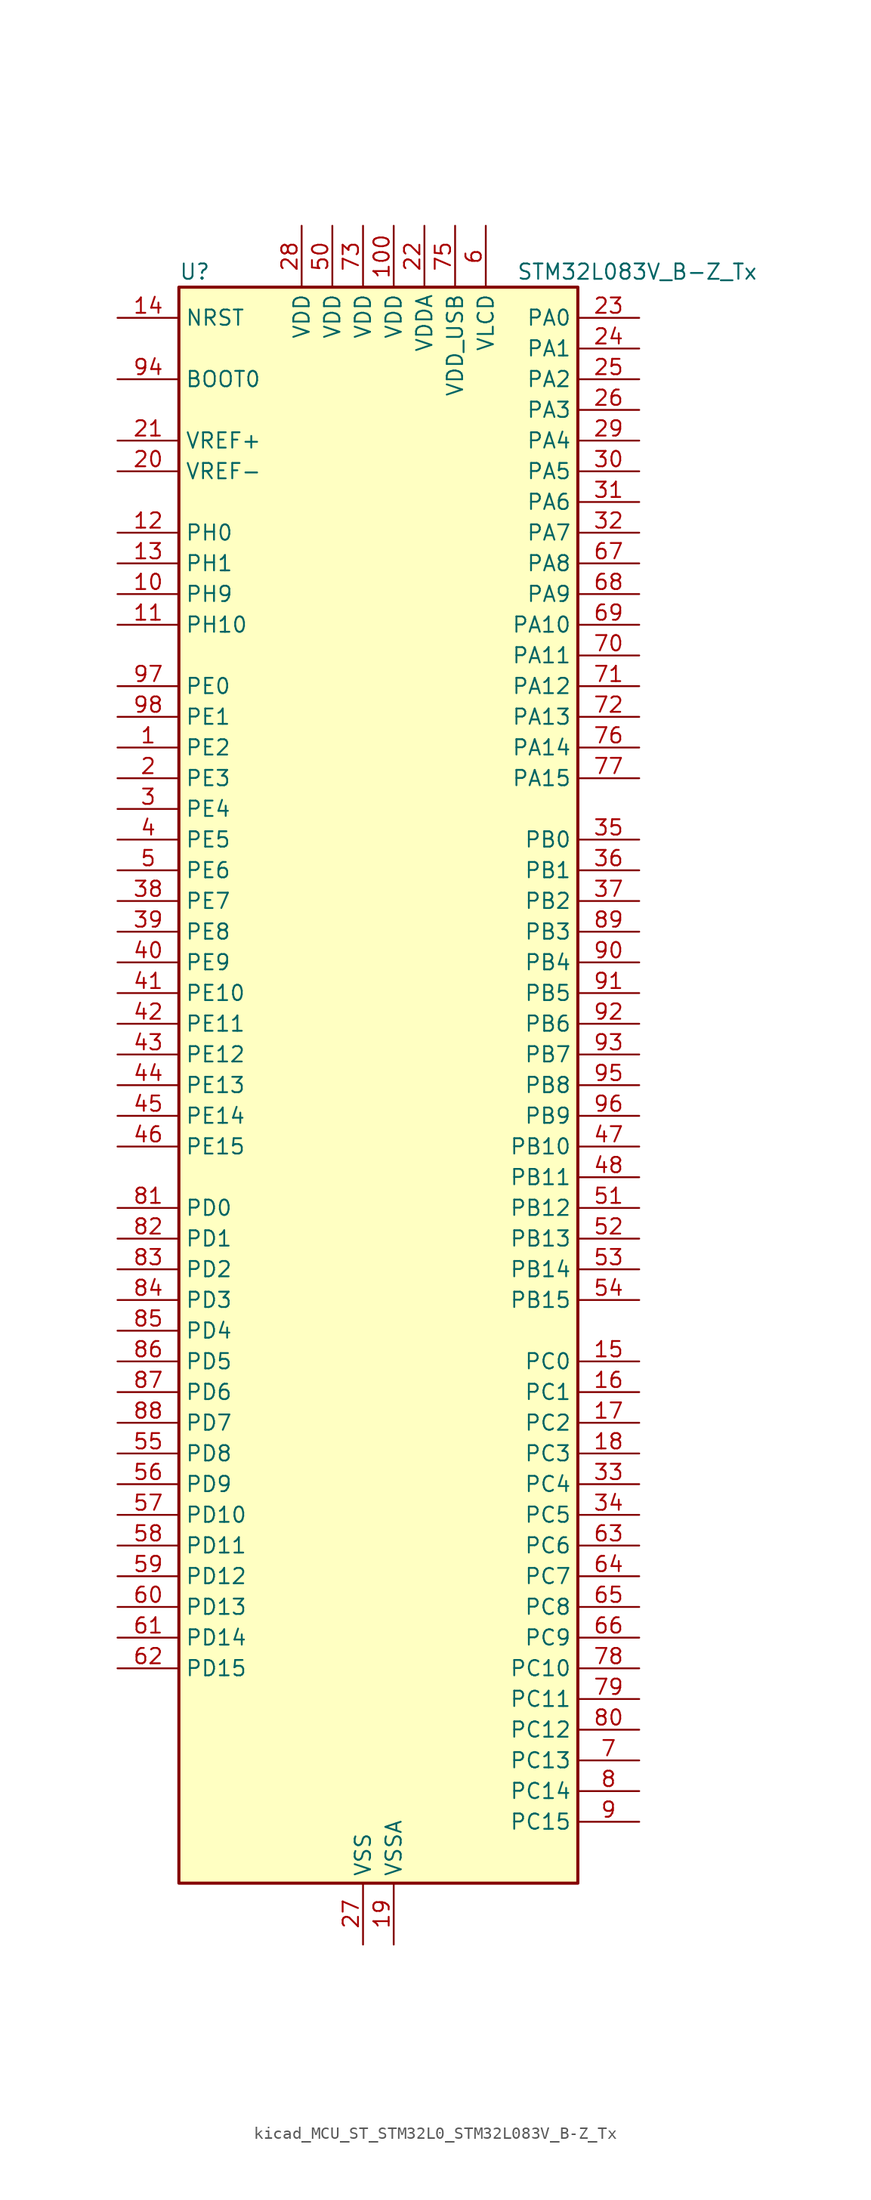
<source format=kicad_sym>
(kicad_symbol_lib
  (version 20220914)
  (generator kicad_symbol_editor)
  (symbol "kicad_MCU_ST_STM32L0_STM32L083V_B-Z_Tx"
    (property "Reference" "U"
      (at -15.24 67.31 0)
      (effects (font (size 1.27 1.27)) (justify left)))
    (property "Value" "STM32L083V_B-Z_Tx"
      (at 12.7 67.31 0)
      (effects (font (size 1.27 1.27)) (justify left)))
    (property "ki_locked" ""
      (at 0 0 0)
      (effects (font (size 1.27 1.27))))
    (symbol "kicad_MCU_ST_STM32L0_STM32L083V_B-Z_Tx_0_1"
      (rectangle (start -15.24 -66.04) (end 17.78 66.04) (stroke (width 0.254) (type default)) (fill (type background))))
    (symbol "kicad_MCU_ST_STM32L0_STM32L083V_B-Z_Tx_1_1"
      (pin bidirectional line (at -20.32 27.94 0) (length 5.08) (name "PE2" (effects (font (size 1.27 1.27)))) (number "1" (effects (font (size 1.27 1.27)))) (alternate "LCD_SEG38" bidirectional line) (alternate "TIM3_ETR" bidirectional line))
      (pin bidirectional line (at -20.32 40.64 0) (length 5.08) (name "PH9" (effects (font (size 1.27 1.27)))) (number "10" (effects (font (size 1.27 1.27)))) (alternate "DAC_EXTI9" bidirectional line))
      (pin power_in line (at 2.54 71.12 270) (length 5.08) (name "VDD" (effects (font (size 1.27 1.27)))) (number "100" (effects (font (size 1.27 1.27)))))
      (pin bidirectional line (at -20.32 38.1 0) (length 5.08) (name "PH10" (effects (font (size 1.27 1.27)))) (number "11" (effects (font (size 1.27 1.27)))))
      (pin bidirectional line (at -20.32 45.72 0) (length 5.08) (name "PH0" (effects (font (size 1.27 1.27)))) (number "12" (effects (font (size 1.27 1.27)))) (alternate "CRS_SYNC" bidirectional line) (alternate "RCC_OSC_IN" bidirectional line))
      (pin bidirectional line (at -20.32 43.18 0) (length 5.08) (name "PH1" (effects (font (size 1.27 1.27)))) (number "13" (effects (font (size 1.27 1.27)))) (alternate "RCC_OSC_OUT" bidirectional line))
      (pin input line (at -20.32 63.5 0) (length 5.08) (name "NRST" (effects (font (size 1.27 1.27)))) (number "14" (effects (font (size 1.27 1.27)))))
      (pin bidirectional line (at 22.86 -22.86 180) (length 5.08) (name "PC0" (effects (font (size 1.27 1.27)))) (number "15" (effects (font (size 1.27 1.27)))) (alternate "ADC_IN10" bidirectional line) (alternate "I2C3_SCL" bidirectional line) (alternate "LCD_SEG18" bidirectional line) (alternate "LPTIM1_IN1" bidirectional line) (alternate "LPUART1_RX" bidirectional line) (alternate "TSC_G7_IO1" bidirectional line))
      (pin bidirectional line (at 22.86 -25.4 180) (length 5.08) (name "PC1" (effects (font (size 1.27 1.27)))) (number "16" (effects (font (size 1.27 1.27)))) (alternate "ADC_IN11" bidirectional line) (alternate "I2C3_SDA" bidirectional line) (alternate "LCD_SEG19" bidirectional line) (alternate "LPTIM1_OUT" bidirectional line) (alternate "LPUART1_TX" bidirectional line) (alternate "TSC_G7_IO2" bidirectional line))
      (pin bidirectional line (at 22.86 -27.94 180) (length 5.08) (name "PC2" (effects (font (size 1.27 1.27)))) (number "17" (effects (font (size 1.27 1.27)))) (alternate "ADC_IN12" bidirectional line) (alternate "I2S2_MCK" bidirectional line) (alternate "LCD_SEG20" bidirectional line) (alternate "LPTIM1_IN2" bidirectional line) (alternate "SPI2_MISO" bidirectional line) (alternate "TSC_G7_IO3" bidirectional line))
      (pin bidirectional line (at 22.86 -30.48 180) (length 5.08) (name "PC3" (effects (font (size 1.27 1.27)))) (number "18" (effects (font (size 1.27 1.27)))) (alternate "ADC_IN13" bidirectional line) (alternate "I2S2_SD" bidirectional line) (alternate "LCD_SEG21" bidirectional line) (alternate "LPTIM1_ETR" bidirectional line) (alternate "SPI2_MOSI" bidirectional line) (alternate "TSC_G7_IO4" bidirectional line))
      (pin power_in line (at 2.54 -71.12 90) (length 5.08) (name "VSSA" (effects (font (size 1.27 1.27)))) (number "19" (effects (font (size 1.27 1.27)))))
      (pin bidirectional line (at -20.32 25.4 0) (length 5.08) (name "PE3" (effects (font (size 1.27 1.27)))) (number "2" (effects (font (size 1.27 1.27)))) (alternate "LCD_SEG39" bidirectional line) (alternate "TIM22_CH1" bidirectional line) (alternate "TIM3_CH1" bidirectional line))
      (pin input line (at -20.32 50.8 0) (length 5.08) (name "VREF-" (effects (font (size 1.27 1.27)))) (number "20" (effects (font (size 1.27 1.27)))))
      (pin input line (at -20.32 53.34 0) (length 5.08) (name "VREF+" (effects (font (size 1.27 1.27)))) (number "21" (effects (font (size 1.27 1.27)))))
      (pin power_in line (at 5.08 71.12 270) (length 5.08) (name "VDDA" (effects (font (size 1.27 1.27)))) (number "22" (effects (font (size 1.27 1.27)))))
      (pin bidirectional line (at 22.86 63.5 180) (length 5.08) (name "PA0" (effects (font (size 1.27 1.27)))) (number "23" (effects (font (size 1.27 1.27)))) (alternate "ADC_IN0" bidirectional line) (alternate "COMP1_INM" bidirectional line) (alternate "COMP1_OUT" bidirectional line) (alternate "RTC_TAMP2" bidirectional line) (alternate "SYS_WKUP1" bidirectional line) (alternate "TIM2_CH1" bidirectional line) (alternate "TIM2_ETR" bidirectional line) (alternate "TSC_G1_IO1" bidirectional line) (alternate "USART2_CTS" bidirectional line) (alternate "USART4_TX" bidirectional line))
      (pin bidirectional line (at 22.86 60.96 180) (length 5.08) (name "PA1" (effects (font (size 1.27 1.27)))) (number "24" (effects (font (size 1.27 1.27)))) (alternate "ADC_IN1" bidirectional line) (alternate "COMP1_INP" bidirectional line) (alternate "LCD_SEG0" bidirectional line) (alternate "TIM21_ETR" bidirectional line) (alternate "TIM2_CH2" bidirectional line) (alternate "TSC_G1_IO2" bidirectional line) (alternate "USART2_DE" bidirectional line) (alternate "USART2_RTS" bidirectional line) (alternate "USART4_RX" bidirectional line))
      (pin bidirectional line (at 22.86 58.42 180) (length 5.08) (name "PA2" (effects (font (size 1.27 1.27)))) (number "25" (effects (font (size 1.27 1.27)))) (alternate "ADC_IN2" bidirectional line) (alternate "COMP2_INM" bidirectional line) (alternate "COMP2_OUT" bidirectional line) (alternate "LCD_SEG1" bidirectional line) (alternate "LPUART1_TX" bidirectional line) (alternate "TIM21_CH1" bidirectional line) (alternate "TIM2_CH3" bidirectional line) (alternate "TSC_G1_IO3" bidirectional line) (alternate "USART2_TX" bidirectional line))
      (pin bidirectional line (at 22.86 55.88 180) (length 5.08) (name "PA3" (effects (font (size 1.27 1.27)))) (number "26" (effects (font (size 1.27 1.27)))) (alternate "ADC_IN3" bidirectional line) (alternate "COMP2_INP" bidirectional line) (alternate "LCD_SEG2" bidirectional line) (alternate "LPUART1_RX" bidirectional line) (alternate "TIM21_CH2" bidirectional line) (alternate "TIM2_CH4" bidirectional line) (alternate "TSC_G1_IO4" bidirectional line) (alternate "USART2_RX" bidirectional line))
      (pin power_in line (at 0 -71.12 90) (length 5.08) (name "VSS" (effects (font (size 1.27 1.27)))) (number "27" (effects (font (size 1.27 1.27)))))
      (pin power_in line (at -5.08 71.12 270) (length 5.08) (name "VDD" (effects (font (size 1.27 1.27)))) (number "28" (effects (font (size 1.27 1.27)))))
      (pin bidirectional line (at 22.86 53.34 180) (length 5.08) (name "PA4" (effects (font (size 1.27 1.27)))) (number "29" (effects (font (size 1.27 1.27)))) (alternate "ADC_IN4" bidirectional line) (alternate "COMP1_INM" bidirectional line) (alternate "COMP2_INM" bidirectional line) (alternate "DAC_OUT1" bidirectional line) (alternate "SPI1_NSS" bidirectional line) (alternate "TIM22_ETR" bidirectional line) (alternate "TSC_G2_IO1" bidirectional line) (alternate "USART2_CK" bidirectional line))
      (pin bidirectional line (at -20.32 22.86 0) (length 5.08) (name "PE4" (effects (font (size 1.27 1.27)))) (number "3" (effects (font (size 1.27 1.27)))) (alternate "TIM22_CH2" bidirectional line) (alternate "TIM3_CH2" bidirectional line))
      (pin bidirectional line (at 22.86 50.8 180) (length 5.08) (name "PA5" (effects (font (size 1.27 1.27)))) (number "30" (effects (font (size 1.27 1.27)))) (alternate "ADC_IN5" bidirectional line) (alternate "COMP1_INM" bidirectional line) (alternate "COMP2_INM" bidirectional line) (alternate "DAC_OUT2" bidirectional line) (alternate "SPI1_SCK" bidirectional line) (alternate "TIM2_CH1" bidirectional line) (alternate "TIM2_ETR" bidirectional line) (alternate "TSC_G2_IO2" bidirectional line))
      (pin bidirectional line (at 22.86 48.26 180) (length 5.08) (name "PA6" (effects (font (size 1.27 1.27)))) (number "31" (effects (font (size 1.27 1.27)))) (alternate "ADC_IN6" bidirectional line) (alternate "COMP1_OUT" bidirectional line) (alternate "LCD_SEG3" bidirectional line) (alternate "LPUART1_CTS" bidirectional line) (alternate "SPI1_MISO" bidirectional line) (alternate "TIM22_CH1" bidirectional line) (alternate "TIM3_CH1" bidirectional line) (alternate "TSC_G2_IO3" bidirectional line))
      (pin bidirectional line (at 22.86 45.72 180) (length 5.08) (name "PA7" (effects (font (size 1.27 1.27)))) (number "32" (effects (font (size 1.27 1.27)))) (alternate "ADC_IN7" bidirectional line) (alternate "COMP2_OUT" bidirectional line) (alternate "LCD_SEG4" bidirectional line) (alternate "SPI1_MOSI" bidirectional line) (alternate "TIM22_CH2" bidirectional line) (alternate "TIM3_CH2" bidirectional line) (alternate "TSC_G2_IO4" bidirectional line))
      (pin bidirectional line (at 22.86 -33.02 180) (length 5.08) (name "PC4" (effects (font (size 1.27 1.27)))) (number "33" (effects (font (size 1.27 1.27)))) (alternate "ADC_IN14" bidirectional line) (alternate "LCD_SEG22" bidirectional line) (alternate "LPUART1_TX" bidirectional line))
      (pin bidirectional line (at 22.86 -35.56 180) (length 5.08) (name "PC5" (effects (font (size 1.27 1.27)))) (number "34" (effects (font (size 1.27 1.27)))) (alternate "ADC_IN15" bidirectional line) (alternate "LCD_SEG23" bidirectional line) (alternate "LPUART1_RX" bidirectional line) (alternate "TSC_G3_IO1" bidirectional line))
      (pin bidirectional line (at 22.86 20.32 180) (length 5.08) (name "PB0" (effects (font (size 1.27 1.27)))) (number "35" (effects (font (size 1.27 1.27)))) (alternate "ADC_IN8" bidirectional line) (alternate "LCD_SEG5" bidirectional line) (alternate "LCD_VLCD3" bidirectional line) (alternate "SYS_VREF_OUT_PB0" bidirectional line) (alternate "TIM3_CH3" bidirectional line) (alternate "TSC_G3_IO2" bidirectional line))
      (pin bidirectional line (at 22.86 17.78 180) (length 5.08) (name "PB1" (effects (font (size 1.27 1.27)))) (number "36" (effects (font (size 1.27 1.27)))) (alternate "ADC_IN9" bidirectional line) (alternate "LCD_SEG6" bidirectional line) (alternate "LPUART1_DE" bidirectional line) (alternate "LPUART1_RTS" bidirectional line) (alternate "SYS_VREF_OUT_PB1" bidirectional line) (alternate "TIM3_CH4" bidirectional line) (alternate "TSC_G3_IO3" bidirectional line))
      (pin bidirectional line (at 22.86 15.24 180) (length 5.08) (name "PB2" (effects (font (size 1.27 1.27)))) (number "37" (effects (font (size 1.27 1.27)))) (alternate "I2C3_SMBA" bidirectional line) (alternate "LCD_VLCD2" bidirectional line) (alternate "LPTIM1_OUT" bidirectional line) (alternate "TSC_G3_IO4" bidirectional line))
      (pin bidirectional line (at -20.32 15.24 0) (length 5.08) (name "PE7" (effects (font (size 1.27 1.27)))) (number "38" (effects (font (size 1.27 1.27)))) (alternate "LCD_SEG45" bidirectional line) (alternate "USART5_CK" bidirectional line) (alternate "USART5_DE" bidirectional line) (alternate "USART5_RTS" bidirectional line))
      (pin bidirectional line (at -20.32 12.7 0) (length 5.08) (name "PE8" (effects (font (size 1.27 1.27)))) (number "39" (effects (font (size 1.27 1.27)))) (alternate "LCD_SEG46" bidirectional line) (alternate "USART4_TX" bidirectional line))
      (pin bidirectional line (at -20.32 20.32 0) (length 5.08) (name "PE5" (effects (font (size 1.27 1.27)))) (number "4" (effects (font (size 1.27 1.27)))) (alternate "TIM21_CH1" bidirectional line) (alternate "TIM3_CH3" bidirectional line))
      (pin bidirectional line (at -20.32 10.16 0) (length 5.08) (name "PE9" (effects (font (size 1.27 1.27)))) (number "40" (effects (font (size 1.27 1.27)))) (alternate "DAC_EXTI9" bidirectional line) (alternate "LCD_SEG47" bidirectional line) (alternate "TIM2_CH1" bidirectional line) (alternate "TIM2_ETR" bidirectional line) (alternate "USART4_RX" bidirectional line))
      (pin bidirectional line (at -20.32 7.62 0) (length 5.08) (name "PE10" (effects (font (size 1.27 1.27)))) (number "41" (effects (font (size 1.27 1.27)))) (alternate "LCD_SEG40" bidirectional line) (alternate "TIM2_CH2" bidirectional line) (alternate "USART5_TX" bidirectional line))
      (pin bidirectional line (at -20.32 5.08 0) (length 5.08) (name "PE11" (effects (font (size 1.27 1.27)))) (number "42" (effects (font (size 1.27 1.27)))) (alternate "ADC_EXTI11" bidirectional line) (alternate "LCD_VLCD1" bidirectional line) (alternate "TIM2_CH3" bidirectional line) (alternate "USART5_RX" bidirectional line))
      (pin bidirectional line (at -20.32 2.54 0) (length 5.08) (name "PE12" (effects (font (size 1.27 1.27)))) (number "43" (effects (font (size 1.27 1.27)))) (alternate "LCD_VLCD3" bidirectional line) (alternate "SPI1_NSS" bidirectional line) (alternate "TIM2_CH4" bidirectional line))
      (pin bidirectional line (at -20.32 0 0) (length 5.08) (name "PE13" (effects (font (size 1.27 1.27)))) (number "44" (effects (font (size 1.27 1.27)))) (alternate "LCD_SEG41" bidirectional line) (alternate "SPI1_SCK" bidirectional line))
      (pin bidirectional line (at -20.32 -2.54 0) (length 5.08) (name "PE14" (effects (font (size 1.27 1.27)))) (number "45" (effects (font (size 1.27 1.27)))) (alternate "LCD_SEG42" bidirectional line) (alternate "SPI1_MISO" bidirectional line))
      (pin bidirectional line (at -20.32 -5.08 0) (length 5.08) (name "PE15" (effects (font (size 1.27 1.27)))) (number "46" (effects (font (size 1.27 1.27)))) (alternate "LCD_SEG43" bidirectional line) (alternate "SPI1_MOSI" bidirectional line))
      (pin bidirectional line (at 22.86 -5.08 180) (length 5.08) (name "PB10" (effects (font (size 1.27 1.27)))) (number "47" (effects (font (size 1.27 1.27)))) (alternate "I2C2_SCL" bidirectional line) (alternate "LCD_SEG10" bidirectional line) (alternate "LPUART1_RX" bidirectional line) (alternate "LPUART1_TX" bidirectional line) (alternate "SPI2_SCK" bidirectional line) (alternate "TIM2_CH3" bidirectional line) (alternate "TSC_SYNC" bidirectional line))
      (pin bidirectional line (at 22.86 -7.62 180) (length 5.08) (name "PB11" (effects (font (size 1.27 1.27)))) (number "48" (effects (font (size 1.27 1.27)))) (alternate "ADC_EXTI11" bidirectional line) (alternate "I2C2_SDA" bidirectional line) (alternate "LCD_SEG11" bidirectional line) (alternate "LPUART1_RX" bidirectional line) (alternate "LPUART1_TX" bidirectional line) (alternate "TIM2_CH4" bidirectional line) (alternate "TSC_G6_IO1" bidirectional line))
      (pin passive line (at 0 -71.12 90) (length 5.08) hide (name "VSS" (effects (font (size 1.27 1.27)))) (number "49" (effects (font (size 1.27 1.27)))))
      (pin bidirectional line (at -20.32 17.78 0) (length 5.08) (name "PE6" (effects (font (size 1.27 1.27)))) (number "5" (effects (font (size 1.27 1.27)))) (alternate "RTC_TAMP3" bidirectional line) (alternate "SYS_WKUP3" bidirectional line) (alternate "TIM21_CH2" bidirectional line) (alternate "TIM3_CH4" bidirectional line))
      (pin power_in line (at -2.54 71.12 270) (length 5.08) (name "VDD" (effects (font (size 1.27 1.27)))) (number "50" (effects (font (size 1.27 1.27)))))
      (pin bidirectional line (at 22.86 -10.16 180) (length 5.08) (name "PB12" (effects (font (size 1.27 1.27)))) (number "51" (effects (font (size 1.27 1.27)))) (alternate "I2S2_WS" bidirectional line) (alternate "LCD_SEG12" bidirectional line) (alternate "LCD_VLCD2" bidirectional line) (alternate "LPUART1_DE" bidirectional line) (alternate "LPUART1_RTS" bidirectional line) (alternate "SPI2_NSS" bidirectional line) (alternate "TSC_G6_IO2" bidirectional line))
      (pin bidirectional line (at 22.86 -12.7 180) (length 5.08) (name "PB13" (effects (font (size 1.27 1.27)))) (number "52" (effects (font (size 1.27 1.27)))) (alternate "I2C2_SCL" bidirectional line) (alternate "I2S2_CK" bidirectional line) (alternate "LCD_SEG13" bidirectional line) (alternate "LPUART1_CTS" bidirectional line) (alternate "RCC_MCO" bidirectional line) (alternate "SPI2_SCK" bidirectional line) (alternate "TIM21_CH1" bidirectional line) (alternate "TSC_G6_IO3" bidirectional line))
      (pin bidirectional line (at 22.86 -15.24 180) (length 5.08) (name "PB14" (effects (font (size 1.27 1.27)))) (number "53" (effects (font (size 1.27 1.27)))) (alternate "I2C2_SDA" bidirectional line) (alternate "I2S2_MCK" bidirectional line) (alternate "LCD_SEG14" bidirectional line) (alternate "LPUART1_DE" bidirectional line) (alternate "LPUART1_RTS" bidirectional line) (alternate "RTC_OUT_ALARM" bidirectional line) (alternate "RTC_OUT_CALIB" bidirectional line) (alternate "SPI2_MISO" bidirectional line) (alternate "TIM21_CH2" bidirectional line) (alternate "TSC_G6_IO4" bidirectional line))
      (pin bidirectional line (at 22.86 -17.78 180) (length 5.08) (name "PB15" (effects (font (size 1.27 1.27)))) (number "54" (effects (font (size 1.27 1.27)))) (alternate "I2S2_SD" bidirectional line) (alternate "LCD_SEG15" bidirectional line) (alternate "RTC_REFIN" bidirectional line) (alternate "SPI2_MOSI" bidirectional line))
      (pin bidirectional line (at -20.32 -30.48 0) (length 5.08) (name "PD8" (effects (font (size 1.27 1.27)))) (number "55" (effects (font (size 1.27 1.27)))) (alternate "LCD_SEG28" bidirectional line) (alternate "LPUART1_TX" bidirectional line))
      (pin bidirectional line (at -20.32 -33.02 0) (length 5.08) (name "PD9" (effects (font (size 1.27 1.27)))) (number "56" (effects (font (size 1.27 1.27)))) (alternate "DAC_EXTI9" bidirectional line) (alternate "LCD_SEG29" bidirectional line) (alternate "LPUART1_RX" bidirectional line))
      (pin bidirectional line (at -20.32 -35.56 0) (length 5.08) (name "PD10" (effects (font (size 1.27 1.27)))) (number "57" (effects (font (size 1.27 1.27)))) (alternate "LCD_SEG30" bidirectional line))
      (pin bidirectional line (at -20.32 -38.1 0) (length 5.08) (name "PD11" (effects (font (size 1.27 1.27)))) (number "58" (effects (font (size 1.27 1.27)))) (alternate "ADC_EXTI11" bidirectional line) (alternate "LCD_SEG31" bidirectional line) (alternate "LPUART1_CTS" bidirectional line))
      (pin bidirectional line (at -20.32 -40.64 0) (length 5.08) (name "PD12" (effects (font (size 1.27 1.27)))) (number "59" (effects (font (size 1.27 1.27)))) (alternate "LCD_SEG32" bidirectional line) (alternate "LPUART1_DE" bidirectional line) (alternate "LPUART1_RTS" bidirectional line))
      (pin power_in line (at 10.16 71.12 270) (length 5.08) (name "VLCD" (effects (font (size 1.27 1.27)))) (number "6" (effects (font (size 1.27 1.27)))))
      (pin bidirectional line (at -20.32 -43.18 0) (length 5.08) (name "PD13" (effects (font (size 1.27 1.27)))) (number "60" (effects (font (size 1.27 1.27)))) (alternate "LCD_SEG33" bidirectional line))
      (pin bidirectional line (at -20.32 -45.72 0) (length 5.08) (name "PD14" (effects (font (size 1.27 1.27)))) (number "61" (effects (font (size 1.27 1.27)))) (alternate "LCD_SEG34" bidirectional line))
      (pin bidirectional line (at -20.32 -48.26 0) (length 5.08) (name "PD15" (effects (font (size 1.27 1.27)))) (number "62" (effects (font (size 1.27 1.27)))) (alternate "CRS_SYNC" bidirectional line) (alternate "LCD_SEG35" bidirectional line))
      (pin bidirectional line (at 22.86 -38.1 180) (length 5.08) (name "PC6" (effects (font (size 1.27 1.27)))) (number "63" (effects (font (size 1.27 1.27)))) (alternate "LCD_SEG24" bidirectional line) (alternate "TIM22_CH1" bidirectional line) (alternate "TIM3_CH1" bidirectional line) (alternate "TSC_G8_IO1" bidirectional line))
      (pin bidirectional line (at 22.86 -40.64 180) (length 5.08) (name "PC7" (effects (font (size 1.27 1.27)))) (number "64" (effects (font (size 1.27 1.27)))) (alternate "LCD_SEG25" bidirectional line) (alternate "TIM22_CH2" bidirectional line) (alternate "TIM3_CH2" bidirectional line) (alternate "TSC_G8_IO2" bidirectional line))
      (pin bidirectional line (at 22.86 -43.18 180) (length 5.08) (name "PC8" (effects (font (size 1.27 1.27)))) (number "65" (effects (font (size 1.27 1.27)))) (alternate "LCD_SEG26" bidirectional line) (alternate "TIM22_ETR" bidirectional line) (alternate "TIM3_CH3" bidirectional line) (alternate "TSC_G8_IO3" bidirectional line))
      (pin bidirectional line (at 22.86 -45.72 180) (length 5.08) (name "PC9" (effects (font (size 1.27 1.27)))) (number "66" (effects (font (size 1.27 1.27)))) (alternate "DAC_EXTI9" bidirectional line) (alternate "I2C3_SDA" bidirectional line) (alternate "LCD_SEG27" bidirectional line) (alternate "TIM21_ETR" bidirectional line) (alternate "TIM3_CH4" bidirectional line) (alternate "TSC_G8_IO4" bidirectional line) (alternate "USB_NOE" bidirectional line))
      (pin bidirectional line (at 22.86 43.18 180) (length 5.08) (name "PA8" (effects (font (size 1.27 1.27)))) (number "67" (effects (font (size 1.27 1.27)))) (alternate "CRS_SYNC" bidirectional line) (alternate "I2C3_SCL" bidirectional line) (alternate "LCD_COM0" bidirectional line) (alternate "RCC_MCO" bidirectional line) (alternate "USART1_CK" bidirectional line))
      (pin bidirectional line (at 22.86 40.64 180) (length 5.08) (name "PA9" (effects (font (size 1.27 1.27)))) (number "68" (effects (font (size 1.27 1.27)))) (alternate "DAC_EXTI9" bidirectional line) (alternate "I2C1_SCL" bidirectional line) (alternate "I2C3_SMBA" bidirectional line) (alternate "LCD_COM1" bidirectional line) (alternate "RCC_MCO" bidirectional line) (alternate "TSC_G4_IO1" bidirectional line) (alternate "USART1_TX" bidirectional line))
      (pin bidirectional line (at 22.86 38.1 180) (length 5.08) (name "PA10" (effects (font (size 1.27 1.27)))) (number "69" (effects (font (size 1.27 1.27)))) (alternate "I2C1_SDA" bidirectional line) (alternate "LCD_COM2" bidirectional line) (alternate "TSC_G4_IO2" bidirectional line) (alternate "USART1_RX" bidirectional line))
      (pin bidirectional line (at 22.86 -55.88 180) (length 5.08) (name "PC13" (effects (font (size 1.27 1.27)))) (number "7" (effects (font (size 1.27 1.27)))) (alternate "RTC_OUT_ALARM" bidirectional line) (alternate "RTC_OUT_CALIB" bidirectional line) (alternate "RTC_TAMP1" bidirectional line) (alternate "RTC_TS" bidirectional line) (alternate "SYS_WKUP2" bidirectional line))
      (pin bidirectional line (at 22.86 35.56 180) (length 5.08) (name "PA11" (effects (font (size 1.27 1.27)))) (number "70" (effects (font (size 1.27 1.27)))) (alternate "ADC_EXTI11" bidirectional line) (alternate "COMP1_OUT" bidirectional line) (alternate "SPI1_MISO" bidirectional line) (alternate "TSC_G4_IO3" bidirectional line) (alternate "USART1_CTS" bidirectional line) (alternate "USB_DM" bidirectional line))
      (pin bidirectional line (at 22.86 33.02 180) (length 5.08) (name "PA12" (effects (font (size 1.27 1.27)))) (number "71" (effects (font (size 1.27 1.27)))) (alternate "COMP2_OUT" bidirectional line) (alternate "SPI1_MOSI" bidirectional line) (alternate "TSC_G4_IO4" bidirectional line) (alternate "USART1_DE" bidirectional line) (alternate "USART1_RTS" bidirectional line) (alternate "USB_DP" bidirectional line))
      (pin bidirectional line (at 22.86 30.48 180) (length 5.08) (name "PA13" (effects (font (size 1.27 1.27)))) (number "72" (effects (font (size 1.27 1.27)))) (alternate "LPUART1_RX" bidirectional line) (alternate "SYS_SWDIO" bidirectional line) (alternate "USB_NOE" bidirectional line))
      (pin power_in line (at 0 71.12 270) (length 5.08) (name "VDD" (effects (font (size 1.27 1.27)))) (number "73" (effects (font (size 1.27 1.27)))))
      (pin passive line (at 0 -71.12 90) (length 5.08) hide (name "VSS" (effects (font (size 1.27 1.27)))) (number "74" (effects (font (size 1.27 1.27)))))
      (pin power_in line (at 7.62 71.12 270) (length 5.08) (name "VDD_USB" (effects (font (size 1.27 1.27)))) (number "75" (effects (font (size 1.27 1.27)))))
      (pin bidirectional line (at 22.86 27.94 180) (length 5.08) (name "PA14" (effects (font (size 1.27 1.27)))) (number "76" (effects (font (size 1.27 1.27)))) (alternate "LPUART1_TX" bidirectional line) (alternate "SYS_SWCLK" bidirectional line) (alternate "USART2_TX" bidirectional line))
      (pin bidirectional line (at 22.86 25.4 180) (length 5.08) (name "PA15" (effects (font (size 1.27 1.27)))) (number "77" (effects (font (size 1.27 1.27)))) (alternate "LCD_SEG17" bidirectional line) (alternate "SPI1_NSS" bidirectional line) (alternate "TIM2_CH1" bidirectional line) (alternate "TIM2_ETR" bidirectional line) (alternate "USART2_RX" bidirectional line) (alternate "USART4_DE" bidirectional line) (alternate "USART4_RTS" bidirectional line))
      (pin bidirectional line (at 22.86 -48.26 180) (length 5.08) (name "PC10" (effects (font (size 1.27 1.27)))) (number "78" (effects (font (size 1.27 1.27)))) (alternate "LCD_COM4" bidirectional line) (alternate "LCD_SEG28" bidirectional line) (alternate "LCD_SEG48" bidirectional line) (alternate "LPUART1_TX" bidirectional line) (alternate "USART4_TX" bidirectional line))
      (pin bidirectional line (at 22.86 -50.8 180) (length 5.08) (name "PC11" (effects (font (size 1.27 1.27)))) (number "79" (effects (font (size 1.27 1.27)))) (alternate "ADC_EXTI11" bidirectional line) (alternate "LCD_COM5" bidirectional line) (alternate "LCD_SEG29" bidirectional line) (alternate "LCD_SEG49" bidirectional line) (alternate "LPUART1_RX" bidirectional line) (alternate "USART4_RX" bidirectional line))
      (pin bidirectional line (at 22.86 -58.42 180) (length 5.08) (name "PC14" (effects (font (size 1.27 1.27)))) (number "8" (effects (font (size 1.27 1.27)))) (alternate "RCC_OSC32_IN" bidirectional line))
      (pin bidirectional line (at 22.86 -53.34 180) (length 5.08) (name "PC12" (effects (font (size 1.27 1.27)))) (number "80" (effects (font (size 1.27 1.27)))) (alternate "LCD_COM6" bidirectional line) (alternate "LCD_SEG30" bidirectional line) (alternate "LCD_SEG50" bidirectional line) (alternate "USART4_CK" bidirectional line) (alternate "USART5_TX" bidirectional line))
      (pin bidirectional line (at -20.32 -10.16 0) (length 5.08) (name "PD0" (effects (font (size 1.27 1.27)))) (number "81" (effects (font (size 1.27 1.27)))) (alternate "I2S2_WS" bidirectional line) (alternate "SPI2_NSS" bidirectional line) (alternate "TIM21_CH1" bidirectional line))
      (pin bidirectional line (at -20.32 -12.7 0) (length 5.08) (name "PD1" (effects (font (size 1.27 1.27)))) (number "82" (effects (font (size 1.27 1.27)))) (alternate "I2S2_CK" bidirectional line) (alternate "SPI2_SCK" bidirectional line))
      (pin bidirectional line (at -20.32 -15.24 0) (length 5.08) (name "PD2" (effects (font (size 1.27 1.27)))) (number "83" (effects (font (size 1.27 1.27)))) (alternate "LCD_COM7" bidirectional line) (alternate "LCD_SEG31" bidirectional line) (alternate "LCD_SEG51" bidirectional line) (alternate "LPUART1_DE" bidirectional line) (alternate "LPUART1_RTS" bidirectional line) (alternate "TIM3_ETR" bidirectional line) (alternate "USART5_RX" bidirectional line))
      (pin bidirectional line (at -20.32 -17.78 0) (length 5.08) (name "PD3" (effects (font (size 1.27 1.27)))) (number "84" (effects (font (size 1.27 1.27)))) (alternate "I2S2_MCK" bidirectional line) (alternate "LCD_SEG44" bidirectional line) (alternate "SPI2_MISO" bidirectional line) (alternate "USART2_CTS" bidirectional line))
      (pin bidirectional line (at -20.32 -20.32 0) (length 5.08) (name "PD4" (effects (font (size 1.27 1.27)))) (number "85" (effects (font (size 1.27 1.27)))) (alternate "I2S2_SD" bidirectional line) (alternate "SPI2_MOSI" bidirectional line) (alternate "USART2_DE" bidirectional line) (alternate "USART2_RTS" bidirectional line))
      (pin bidirectional line (at -20.32 -22.86 0) (length 5.08) (name "PD5" (effects (font (size 1.27 1.27)))) (number "86" (effects (font (size 1.27 1.27)))) (alternate "USART2_TX" bidirectional line))
      (pin bidirectional line (at -20.32 -25.4 0) (length 5.08) (name "PD6" (effects (font (size 1.27 1.27)))) (number "87" (effects (font (size 1.27 1.27)))) (alternate "USART2_RX" bidirectional line))
      (pin bidirectional line (at -20.32 -27.94 0) (length 5.08) (name "PD7" (effects (font (size 1.27 1.27)))) (number "88" (effects (font (size 1.27 1.27)))) (alternate "TIM21_CH2" bidirectional line) (alternate "USART2_CK" bidirectional line))
      (pin bidirectional line (at 22.86 12.7 180) (length 5.08) (name "PB3" (effects (font (size 1.27 1.27)))) (number "89" (effects (font (size 1.27 1.27)))) (alternate "COMP2_INM" bidirectional line) (alternate "LCD_SEG7" bidirectional line) (alternate "SPI1_SCK" bidirectional line) (alternate "TIM2_CH2" bidirectional line) (alternate "TSC_G5_IO1" bidirectional line) (alternate "USART1_DE" bidirectional line) (alternate "USART1_RTS" bidirectional line) (alternate "USART5_TX" bidirectional line))
      (pin bidirectional line (at 22.86 -60.96 180) (length 5.08) (name "PC15" (effects (font (size 1.27 1.27)))) (number "9" (effects (font (size 1.27 1.27)))) (alternate "RCC_OSC32_OUT" bidirectional line))
      (pin bidirectional line (at 22.86 10.16 180) (length 5.08) (name "PB4" (effects (font (size 1.27 1.27)))) (number "90" (effects (font (size 1.27 1.27)))) (alternate "COMP2_INP" bidirectional line) (alternate "I2C3_SDA" bidirectional line) (alternate "LCD_SEG8" bidirectional line) (alternate "SPI1_MISO" bidirectional line) (alternate "TIM22_CH1" bidirectional line) (alternate "TIM3_CH1" bidirectional line) (alternate "TSC_G5_IO2" bidirectional line) (alternate "USART1_CTS" bidirectional line) (alternate "USART5_RX" bidirectional line))
      (pin bidirectional line (at 22.86 7.62 180) (length 5.08) (name "PB5" (effects (font (size 1.27 1.27)))) (number "91" (effects (font (size 1.27 1.27)))) (alternate "COMP2_INP" bidirectional line) (alternate "I2C1_SMBA" bidirectional line) (alternate "LCD_SEG9" bidirectional line) (alternate "LPTIM1_IN1" bidirectional line) (alternate "SPI1_MOSI" bidirectional line) (alternate "TIM22_CH2" bidirectional line) (alternate "TIM3_CH2" bidirectional line) (alternate "USART1_CK" bidirectional line) (alternate "USART5_CK" bidirectional line) (alternate "USART5_DE" bidirectional line) (alternate "USART5_RTS" bidirectional line))
      (pin bidirectional line (at 22.86 5.08 180) (length 5.08) (name "PB6" (effects (font (size 1.27 1.27)))) (number "92" (effects (font (size 1.27 1.27)))) (alternate "COMP2_INP" bidirectional line) (alternate "I2C1_SCL" bidirectional line) (alternate "LPTIM1_ETR" bidirectional line) (alternate "TSC_G5_IO3" bidirectional line) (alternate "USART1_TX" bidirectional line))
      (pin bidirectional line (at 22.86 2.54 180) (length 5.08) (name "PB7" (effects (font (size 1.27 1.27)))) (number "93" (effects (font (size 1.27 1.27)))) (alternate "COMP2_INP" bidirectional line) (alternate "I2C1_SDA" bidirectional line) (alternate "LPTIM1_IN2" bidirectional line) (alternate "SYS_PVD_IN" bidirectional line) (alternate "TSC_G5_IO4" bidirectional line) (alternate "USART1_RX" bidirectional line) (alternate "USART4_CTS" bidirectional line))
      (pin input line (at -20.32 58.42 0) (length 5.08) (name "BOOT0" (effects (font (size 1.27 1.27)))) (number "94" (effects (font (size 1.27 1.27)))))
      (pin bidirectional line (at 22.86 0 180) (length 5.08) (name "PB8" (effects (font (size 1.27 1.27)))) (number "95" (effects (font (size 1.27 1.27)))) (alternate "I2C1_SCL" bidirectional line) (alternate "LCD_SEG16" bidirectional line) (alternate "TSC_SYNC" bidirectional line))
      (pin bidirectional line (at 22.86 -2.54 180) (length 5.08) (name "PB9" (effects (font (size 1.27 1.27)))) (number "96" (effects (font (size 1.27 1.27)))) (alternate "DAC_EXTI9" bidirectional line) (alternate "I2C1_SDA" bidirectional line) (alternate "I2S2_WS" bidirectional line) (alternate "LCD_COM3" bidirectional line) (alternate "SPI2_NSS" bidirectional line))
      (pin bidirectional line (at -20.32 33.02 0) (length 5.08) (name "PE0" (effects (font (size 1.27 1.27)))) (number "97" (effects (font (size 1.27 1.27)))) (alternate "LCD_SEG36" bidirectional line))
      (pin bidirectional line (at -20.32 30.48 0) (length 5.08) (name "PE1" (effects (font (size 1.27 1.27)))) (number "98" (effects (font (size 1.27 1.27)))) (alternate "LCD_SEG37" bidirectional line))
      (pin passive line (at 0 -71.12 90) (length 5.08) hide (name "VSS" (effects (font (size 1.27 1.27)))) (number "99" (effects (font (size 1.27 1.27))))))))
</source>
